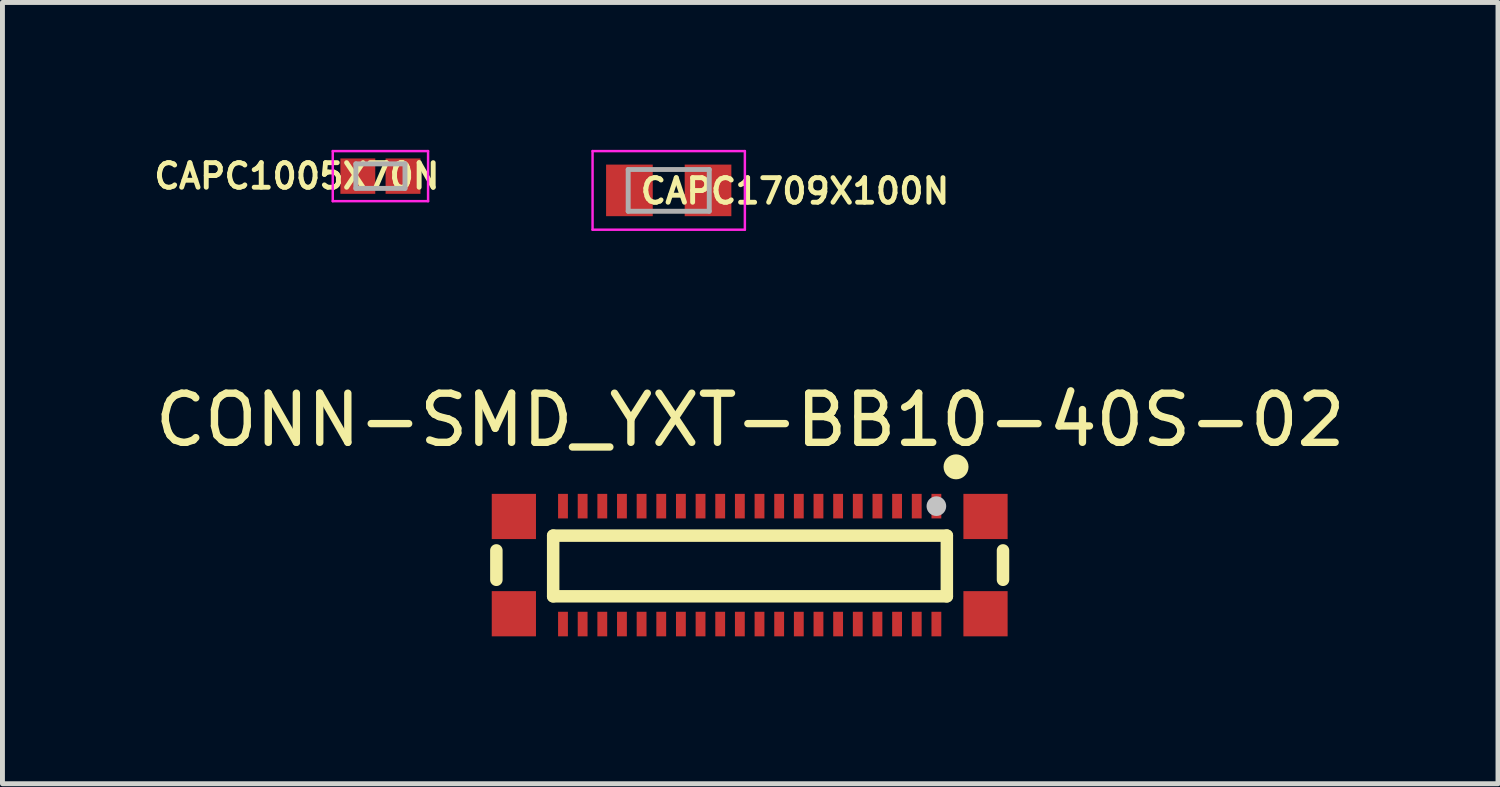
<source format=kicad_pcb>
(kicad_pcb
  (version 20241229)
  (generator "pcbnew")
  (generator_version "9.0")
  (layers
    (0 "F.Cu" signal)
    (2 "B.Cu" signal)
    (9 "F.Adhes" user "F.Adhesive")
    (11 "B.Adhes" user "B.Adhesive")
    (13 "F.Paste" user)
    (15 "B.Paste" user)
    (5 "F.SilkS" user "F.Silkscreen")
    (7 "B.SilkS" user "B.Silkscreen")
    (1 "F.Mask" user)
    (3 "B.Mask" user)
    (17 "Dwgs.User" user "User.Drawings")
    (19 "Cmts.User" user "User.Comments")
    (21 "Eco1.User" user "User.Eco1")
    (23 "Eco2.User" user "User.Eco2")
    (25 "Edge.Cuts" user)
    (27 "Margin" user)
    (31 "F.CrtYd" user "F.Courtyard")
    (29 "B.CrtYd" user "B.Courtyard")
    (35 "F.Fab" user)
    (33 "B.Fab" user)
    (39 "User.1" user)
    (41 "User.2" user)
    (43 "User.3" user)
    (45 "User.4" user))
  (footprint "CAPC1709X100N"
    (layer "F.Cu")
    (at 10.561 0.825)
    (property "Reference" "CAPC1709X100N" (at 2.57 0.015 0) (layer "F.SilkS") (effects (font (size 0.5 0.5) (thickness 0.1))))
    (attr smd)
    (fp_line (start -1.55 -0.8) (end 1.55 -0.8) (stroke (width 0.05) (type solid)) (layer "F.CrtYd"))
    (fp_line (start -1.55 0.8) (end -1.55 -0.8) (stroke (width 0.05) (type solid)) (layer "F.CrtYd"))
    (fp_line (start -1.55 0.8) (end 1.55 0.8) (stroke (width 0.05) (type solid)) (layer "F.CrtYd"))
    (fp_line (start 1.55 0.8) (end 1.55 -0.8) (stroke (width 0.05) (type solid)) (layer "F.CrtYd"))
    (fp_line (start -0.825 -0.425) (end 0.825 -0.425) (stroke (width 0.1) (type solid)) (layer "F.Fab"))
    (fp_line (start -0.825 0.425) (end -0.825 -0.425) (stroke (width 0.1) (type solid)) (layer "F.Fab"))
    (fp_line (start -0.825 0.425) (end 0.825 0.425) (stroke (width 0.1) (type solid)) (layer "F.Fab"))
    (fp_line (start 0.825 0.425) (end 0.825 -0.425) (stroke (width 0.1) (type solid)) (layer "F.Fab"))
    (pad "1" smd rect (at -0.8 0 90) (size 1.05 0.95) (layers "F.Cu" "F.Mask" "F.Paste"))
    (pad "2" smd rect (at 0.8 0 90) (size 1.05 0.95) (layers "F.Cu" "F.Mask" "F.Paste")))
  (footprint "CONN-SMD_YXT-BB10-40S-02"
    (layer "F.Cu")
    (at 12.209 8.452)
    (property "Reference" "CONN-SMD_YXT-BB10-40S-02" (at 0.011 -2.954 0) (layer "F.SilkS") (effects (font (size 1 1) (thickness 0.15))))
    (fp_line (start -5.156 -0.299) (end -5.156 0.299) (stroke (width 0.254) (type default)) (layer "F.SilkS"))
    (fp_line (start -4 -0.6) (end 4.013 -0.6) (stroke (width 0.254) (type default)) (layer "F.SilkS"))
    (fp_line (start -4 0.635) (end -4 -0.6) (stroke (width 0.254) (type default)) (layer "F.SilkS"))
    (fp_line (start 4.013 -0.6) (end 4.013 0.635) (stroke (width 0.254) (type default)) (layer "F.SilkS"))
    (fp_line (start 4.013 0.635) (end -4 0.635) (stroke (width 0.254) (type default)) (layer "F.SilkS"))
    (fp_line (start 5.156 -0.299) (end 5.156 0.299) (stroke (width 0.254) (type default)) (layer "F.SilkS"))
    (fp_circle (center 4.2 -2) (end 4.327 -2) (stroke (width 0.254) (type default)) (fill no) (layer "F.SilkS"))
    (fp_circle (center 3.8 -1.2) (end 3.9 -1.2) (stroke (width 0.2) (type default)) (fill no) (layer "Dwgs.User"))
    (fp_poly (pts (xy -4.77 -1.3) (xy -4.62 -1.3) (xy -4.62 -0.799) (xy -4.77 -0.799)) (stroke (width 0.1) (type default)) (fill no) (layer "User.1"))
    (fp_poly (pts (xy -4.77 0.8) (xy -4.62 0.8) (xy -4.62 1.3) (xy -4.77 1.3)) (stroke (width 0.1) (type default)) (fill no) (layer "User.1"))
    (fp_poly (pts (xy -3.85 -1.3) (xy -3.75 -1.3) (xy -3.75 -1.1) (xy -3.85 -1.1)) (stroke (width 0.1) (type default)) (fill no) (layer "User.1"))
    (fp_poly (pts (xy -3.85 1.1) (xy -3.75 1.1) (xy -3.75 1.3) (xy -3.85 1.3)) (stroke (width 0.1) (type default)) (fill no) (layer "User.1"))
    (fp_poly (pts (xy -3.45 -1.3) (xy -3.35 -1.3) (xy -3.35 -1.1) (xy -3.45 -1.1)) (stroke (width 0.1) (type default)) (fill no) (layer "User.1"))
    (fp_poly (pts (xy -3.45 1.1) (xy -3.35 1.1) (xy -3.35 1.3) (xy -3.45 1.3)) (stroke (width 0.1) (type default)) (fill no) (layer "User.1"))
    (fp_poly (pts (xy -3.05 -1.3) (xy -2.95 -1.3) (xy -2.95 -1.1) (xy -3.05 -1.1)) (stroke (width 0.1) (type default)) (fill no) (layer "User.1"))
    (fp_poly (pts (xy -3.05 1.1) (xy -2.95 1.1) (xy -2.95 1.3) (xy -3.05 1.3)) (stroke (width 0.1) (type default)) (fill no) (layer "User.1"))
    (fp_poly (pts (xy -2.65 -1.3) (xy -2.55 -1.3) (xy -2.55 -1.1) (xy -2.65 -1.1)) (stroke (width 0.1) (type default)) (fill no) (layer "User.1"))
    (fp_poly (pts (xy -2.65 1.1) (xy -2.55 1.1) (xy -2.55 1.3) (xy -2.65 1.3)) (stroke (width 0.1) (type default)) (fill no) (layer "User.1"))
    (fp_poly (pts (xy -2.25 -1.3) (xy -2.15 -1.3) (xy -2.15 -1.1) (xy -2.25 -1.1)) (stroke (width 0.1) (type default)) (fill no) (layer "User.1"))
    (fp_poly (pts (xy -2.25 1.1) (xy -2.15 1.1) (xy -2.15 1.3) (xy -2.25 1.3)) (stroke (width 0.1) (type default)) (fill no) (layer "User.1"))
    (fp_poly (pts (xy -1.85 -1.3) (xy -1.75 -1.3) (xy -1.75 -1.1) (xy -1.85 -1.1)) (stroke (width 0.1) (type default)) (fill no) (layer "User.1"))
    (fp_poly (pts (xy -1.85 1.1) (xy -1.75 1.1) (xy -1.75 1.3) (xy -1.85 1.3)) (stroke (width 0.1) (type default)) (fill no) (layer "User.1"))
    (fp_poly (pts (xy -1.45 -1.3) (xy -1.35 -1.3) (xy -1.35 -1.1) (xy -1.45 -1.1)) (stroke (width 0.1) (type default)) (fill no) (layer "User.1"))
    (fp_poly (pts (xy -1.45 1.1) (xy -1.35 1.1) (xy -1.35 1.3) (xy -1.45 1.3)) (stroke (width 0.1) (type default)) (fill no) (layer "User.1"))
    (fp_poly (pts (xy -1.05 -1.3) (xy -0.95 -1.3) (xy -0.95 -1.1) (xy -1.05 -1.1)) (stroke (width 0.1) (type default)) (fill no) (layer "User.1"))
    (fp_poly (pts (xy -1.05 1.1) (xy -0.95 1.1) (xy -0.95 1.3) (xy -1.05 1.3)) (stroke (width 0.1) (type default)) (fill no) (layer "User.1"))
    (fp_poly (pts (xy -0.65 -1.3) (xy -0.55 -1.3) (xy -0.55 -1.1) (xy -0.65 -1.1)) (stroke (width 0.1) (type default)) (fill no) (layer "User.1"))
    (fp_poly (pts (xy -0.65 1.1) (xy -0.55 1.1) (xy -0.55 1.3) (xy -0.65 1.3)) (stroke (width 0.1) (type default)) (fill no) (layer "User.1"))
    (fp_poly (pts (xy -0.25 -1.3) (xy -0.15 -1.3) (xy -0.15 -1.1) (xy -0.25 -1.1)) (stroke (width 0.1) (type default)) (fill no) (layer "User.1"))
    (fp_poly (pts (xy -0.25 1.1) (xy -0.15 1.1) (xy -0.15 1.3) (xy -0.25 1.3)) (stroke (width 0.1) (type default)) (fill no) (layer "User.1"))
    (fp_poly (pts (xy 0.15 -1.3) (xy 0.25 -1.3) (xy 0.25 -1.1) (xy 0.15 -1.1)) (stroke (width 0.1) (type default)) (fill no) (layer "User.1"))
    (fp_poly (pts (xy 0.15 1.1) (xy 0.25 1.1) (xy 0.25 1.3) (xy 0.15 1.3)) (stroke (width 0.1) (type default)) (fill no) (layer "User.1"))
    (fp_poly (pts (xy 0.55 -1.3) (xy 0.65 -1.3) (xy 0.65 -1.1) (xy 0.55 -1.1)) (stroke (width 0.1) (type default)) (fill no) (layer "User.1"))
    (fp_poly (pts (xy 0.55 1.1) (xy 0.65 1.1) (xy 0.65 1.3) (xy 0.55 1.3)) (stroke (width 0.1) (type default)) (fill no) (layer "User.1"))
    (fp_poly (pts (xy 0.95 -1.3) (xy 1.05 -1.3) (xy 1.05 -1.1) (xy 0.95 -1.1)) (stroke (width 0.1) (type default)) (fill no) (layer "User.1"))
    (fp_poly (pts (xy 0.95 1.1) (xy 1.05 1.1) (xy 1.05 1.3) (xy 0.95 1.3)) (stroke (width 0.1) (type default)) (fill no) (layer "User.1"))
    (fp_poly (pts (xy 1.35 -1.3) (xy 1.45 -1.3) (xy 1.45 -1.1) (xy 1.35 -1.1)) (stroke (width 0.1) (type default)) (fill no) (layer "User.1"))
    (fp_poly (pts (xy 1.35 1.1) (xy 1.45 1.1) (xy 1.45 1.3) (xy 1.35 1.3)) (stroke (width 0.1) (type default)) (fill no) (layer "User.1"))
    (fp_poly (pts (xy 1.75 -1.3) (xy 1.85 -1.3) (xy 1.85 -1.1) (xy 1.75 -1.1)) (stroke (width 0.1) (type default)) (fill no) (layer "User.1"))
    (fp_poly (pts (xy 1.75 1.1) (xy 1.85 1.1) (xy 1.85 1.3) (xy 1.75 1.3)) (stroke (width 0.1) (type default)) (fill no) (layer "User.1"))
    (fp_poly (pts (xy 2.15 -1.3) (xy 2.25 -1.3) (xy 2.25 -1.1) (xy 2.15 -1.1)) (stroke (width 0.1) (type default)) (fill no) (layer "User.1"))
    (fp_poly (pts (xy 2.15 1.1) (xy 2.25 1.1) (xy 2.25 1.3) (xy 2.15 1.3)) (stroke (width 0.1) (type default)) (fill no) (layer "User.1"))
    (fp_poly (pts (xy 2.55 -1.3) (xy 2.65 -1.3) (xy 2.65 -1.1) (xy 2.55 -1.1)) (stroke (width 0.1) (type default)) (fill no) (layer "User.1"))
    (fp_poly (pts (xy 2.55 1.1) (xy 2.65 1.1) (xy 2.65 1.3) (xy 2.55 1.3)) (stroke (width 0.1) (type default)) (fill no) (layer "User.1"))
    (fp_poly (pts (xy 2.95 -1.3) (xy 3.05 -1.3) (xy 3.05 -1.1) (xy 2.95 -1.1)) (stroke (width 0.1) (type default)) (fill no) (layer "User.1"))
    (fp_poly (pts (xy 2.95 1.1) (xy 3.05 1.1) (xy 3.05 1.3) (xy 2.95 1.3)) (stroke (width 0.1) (type default)) (fill no) (layer "User.1"))
    (fp_poly (pts (xy 3.35 -1.3) (xy 3.45 -1.3) (xy 3.45 -1.1) (xy 3.35 -1.1)) (stroke (width 0.1) (type default)) (fill no) (layer "User.1"))
    (fp_poly (pts (xy 3.35 1.1) (xy 3.45 1.1) (xy 3.45 1.3) (xy 3.35 1.3)) (stroke (width 0.1) (type default)) (fill no) (layer "User.1"))
    (fp_poly (pts (xy 3.75 -1.3) (xy 3.85 -1.3) (xy 3.85 -1.1) (xy 3.75 -1.1)) (stroke (width 0.1) (type default)) (fill no) (layer "User.1"))
    (fp_poly (pts (xy 3.75 1.1) (xy 3.85 1.1) (xy 3.85 1.3) (xy 3.75 1.3)) (stroke (width 0.1) (type default)) (fill no) (layer "User.1"))
    (fp_poly (pts (xy 4.62 -1.3) (xy 4.77 -1.3) (xy 4.77 -0.8) (xy 4.62 -0.8)) (stroke (width 0.1) (type default)) (fill no) (layer "User.1"))
    (fp_poly (pts (xy 4.62 0.8) (xy 4.77 0.8) (xy 4.77 1.3) (xy 4.62 1.3)) (stroke (width 0.1) (type default)) (fill no) (layer "User.1"))
    (fp_line (start -5.25 -1.26) (end 5.25 -1.26) (stroke (width 0.051) (type default)) (layer "User.2"))
    (fp_line (start -5.25 1.26) (end -5.25 -1.26) (stroke (width 0.051) (type default)) (layer "User.2"))
    (fp_line (start 5.25 -1.26) (end 5.25 1.26) (stroke (width 0.051) (type default)) (layer "User.2"))
    (fp_line (start 5.25 1.26) (end -5.25 1.26) (stroke (width 0.051) (type default)) (layer "User.2"))
    (fp_poly (pts (xy 5.305 -1.323) (xy 5.273 -1.355) (xy 5.227 -1.355) (xy 5.195 -1.323) (xy 5.195 -1.277) (xy 5.227 -1.245) (xy 5.273 -1.245) (xy 5.305 -1.277)) (stroke (width 0.1) (type default)) (fill no) (layer "User.3"))
    (pad "1" smd rect (at 3.8 -1.2) (size 0.2 0.5) (layers "F.Cu" "F.Mask" "F.Paste"))
    (pad "2" smd rect (at 3.8 1.2) (size 0.2 0.5) (layers "F.Cu" "F.Mask" "F.Paste"))
    (pad "3" smd rect (at 3.4 -1.2) (size 0.2 0.5) (layers "F.Cu" "F.Mask" "F.Paste"))
    (pad "4" smd rect (at 3.4 1.2) (size 0.2 0.5) (layers "F.Cu" "F.Mask" "F.Paste"))
    (pad "5" smd rect (at 3 -1.2) (size 0.2 0.5) (layers "F.Cu" "F.Mask" "F.Paste"))
    (pad "6" smd rect (at 3 1.2) (size 0.2 0.5) (layers "F.Cu" "F.Mask" "F.Paste"))
    (pad "7" smd rect (at 2.6 -1.2) (size 0.2 0.5) (layers "F.Cu" "F.Mask" "F.Paste"))
    (pad "8" smd rect (at 2.6 1.2) (size 0.2 0.5) (layers "F.Cu" "F.Mask" "F.Paste"))
    (pad "9" smd rect (at 2.2 -1.2) (size 0.2 0.5) (layers "F.Cu" "F.Mask" "F.Paste"))
    (pad "10" smd rect (at 2.2 1.2) (size 0.2 0.5) (layers "F.Cu" "F.Mask" "F.Paste"))
    (pad "11" smd rect (at 1.8 -1.2) (size 0.2 0.5) (layers "F.Cu" "F.Mask" "F.Paste"))
    (pad "12" smd rect (at 1.8 1.2) (size 0.2 0.5) (layers "F.Cu" "F.Mask" "F.Paste"))
    (pad "13" smd rect (at 1.4 -1.2) (size 0.2 0.5) (layers "F.Cu" "F.Mask" "F.Paste"))
    (pad "14" smd rect (at 1.4 1.2) (size 0.2 0.5) (layers "F.Cu" "F.Mask" "F.Paste"))
    (pad "15" smd rect (at 1 -1.2) (size 0.2 0.5) (layers "F.Cu" "F.Mask" "F.Paste"))
    (pad "16" smd rect (at 1 1.2) (size 0.2 0.5) (layers "F.Cu" "F.Mask" "F.Paste"))
    (pad "17" smd rect (at 0.6 -1.2) (size 0.2 0.5) (layers "F.Cu" "F.Mask" "F.Paste"))
    (pad "18" smd rect (at 0.6 1.2) (size 0.2 0.5) (layers "F.Cu" "F.Mask" "F.Paste"))
    (pad "19" smd rect (at 0.2 -1.2) (size 0.2 0.5) (layers "F.Cu" "F.Mask" "F.Paste"))
    (pad "20" smd rect (at 0.2 1.2) (size 0.2 0.5) (layers "F.Cu" "F.Mask" "F.Paste"))
    (pad "21" smd rect (at -0.2 -1.2) (size 0.2 0.5) (layers "F.Cu" "F.Mask" "F.Paste"))
    (pad "22" smd rect (at -0.2 1.2) (size 0.2 0.5) (layers "F.Cu" "F.Mask" "F.Paste"))
    (pad "23" smd rect (at -0.6 -1.2) (size 0.2 0.5) (layers "F.Cu" "F.Mask" "F.Paste"))
    (pad "24" smd rect (at -0.6 1.2) (size 0.2 0.5) (layers "F.Cu" "F.Mask" "F.Paste"))
    (pad "25" smd rect (at -1 -1.2) (size 0.2 0.5) (layers "F.Cu" "F.Mask" "F.Paste"))
    (pad "26" smd rect (at -1 1.2) (size 0.2 0.5) (layers "F.Cu" "F.Mask" "F.Paste"))
    (pad "27" smd rect (at -1.4 -1.2) (size 0.2 0.5) (layers "F.Cu" "F.Mask" "F.Paste"))
    (pad "28" smd rect (at -1.4 1.2) (size 0.2 0.5) (layers "F.Cu" "F.Mask" "F.Paste"))
    (pad "29" smd rect (at -1.8 -1.2) (size 0.2 0.5) (layers "F.Cu" "F.Mask" "F.Paste"))
    (pad "30" smd rect (at -1.8 1.2) (size 0.2 0.5) (layers "F.Cu" "F.Mask" "F.Paste"))
    (pad "31" smd rect (at -2.2 -1.2) (size 0.2 0.5) (layers "F.Cu" "F.Mask" "F.Paste"))
    (pad "32" smd rect (at -2.2 1.2) (size 0.2 0.5) (layers "F.Cu" "F.Mask" "F.Paste"))
    (pad "33" smd rect (at -2.6 -1.2) (size 0.2 0.5) (layers "F.Cu" "F.Mask" "F.Paste"))
    (pad "34" smd rect (at -2.6 1.2) (size 0.2 0.5) (layers "F.Cu" "F.Mask" "F.Paste"))
    (pad "35" smd rect (at -3 -1.2) (size 0.2 0.5) (layers "F.Cu" "F.Mask" "F.Paste"))
    (pad "36" smd rect (at -3 1.2) (size 0.2 0.5) (layers "F.Cu" "F.Mask" "F.Paste"))
    (pad "37" smd rect (at -3.4 -1.2) (size 0.2 0.5) (layers "F.Cu" "F.Mask" "F.Paste"))
    (pad "38" smd rect (at -3.4 1.2) (size 0.2 0.5) (layers "F.Cu" "F.Mask" "F.Paste"))
    (pad "39" smd rect (at -3.8 -1.2) (size 0.2 0.5) (layers "F.Cu" "F.Mask" "F.Paste"))
    (pad "40" smd rect (at -3.8 1.2) (size 0.2 0.5) (layers "F.Cu" "F.Mask" "F.Paste"))
    (pad "41" smd rect (at -4.8 -0.99) (size 0.9 0.92) (layers "F.Cu" "F.Mask" "F.Paste"))
    (pad "42" smd rect (at -4.8 0.99) (size 0.9 0.92) (layers "F.Cu" "F.Mask" "F.Paste"))
    (pad "43" smd rect (at 4.8 -0.99) (size 0.9 0.92) (layers "F.Cu" "F.Mask" "F.Paste"))
    (pad "44" smd rect (at 4.8 0.99) (size 0.9 0.92) (layers "F.Cu" "F.Mask" "F.Paste")))
  (footprint "CAPC1005X70N"
    (layer "F.Cu")
    (at 4.693 0.535)
    (property "Reference" "CAPC1005X70N" (at -1.7 0 0) (layer "F.SilkS") (effects (font (size 0.5 0.5) (thickness 0.1))))
    (attr smd)
    (fp_line (start -0.97 -0.51) (end 0.97 -0.51) (stroke (width 0.05) (type solid)) (layer "F.CrtYd"))
    (fp_line (start -0.97 0.51) (end -0.97 -0.51) (stroke (width 0.05) (type solid)) (layer "F.CrtYd"))
    (fp_line (start -0.97 0.51) (end 0.97 0.51) (stroke (width 0.05) (type solid)) (layer "F.CrtYd"))
    (fp_line (start 0.97 0.51) (end 0.97 -0.51) (stroke (width 0.05) (type solid)) (layer "F.CrtYd"))
    (fp_line (start -0.5 -0.25) (end 0.5 -0.25) (stroke (width 0.1) (type solid)) (layer "F.Fab"))
    (fp_line (start -0.5 0.25) (end -0.5 -0.25) (stroke (width 0.1) (type solid)) (layer "F.Fab"))
    (fp_line (start -0.5 0.25) (end 0.5 0.25) (stroke (width 0.1) (type solid)) (layer "F.Fab"))
    (fp_line (start 0.5 0.25) (end 0.5 -0.25) (stroke (width 0.1) (type solid)) (layer "F.Fab"))
    (pad "1" smd rect (at -0.46 0 270) (size 0.72 0.71) (layers "F.Cu" "F.Mask" "F.Paste"))
    (pad "2" smd rect (at 0.46 0 270) (size 0.72 0.71) (layers "F.Cu" "F.Mask" "F.Paste")))
  (gr_rect
    (start -3 -3)
    (end 27.44 12.902)
    (stroke (width 0.1) (type default))
    (fill no)
    (layer "Edge.Cuts")))
</source>
